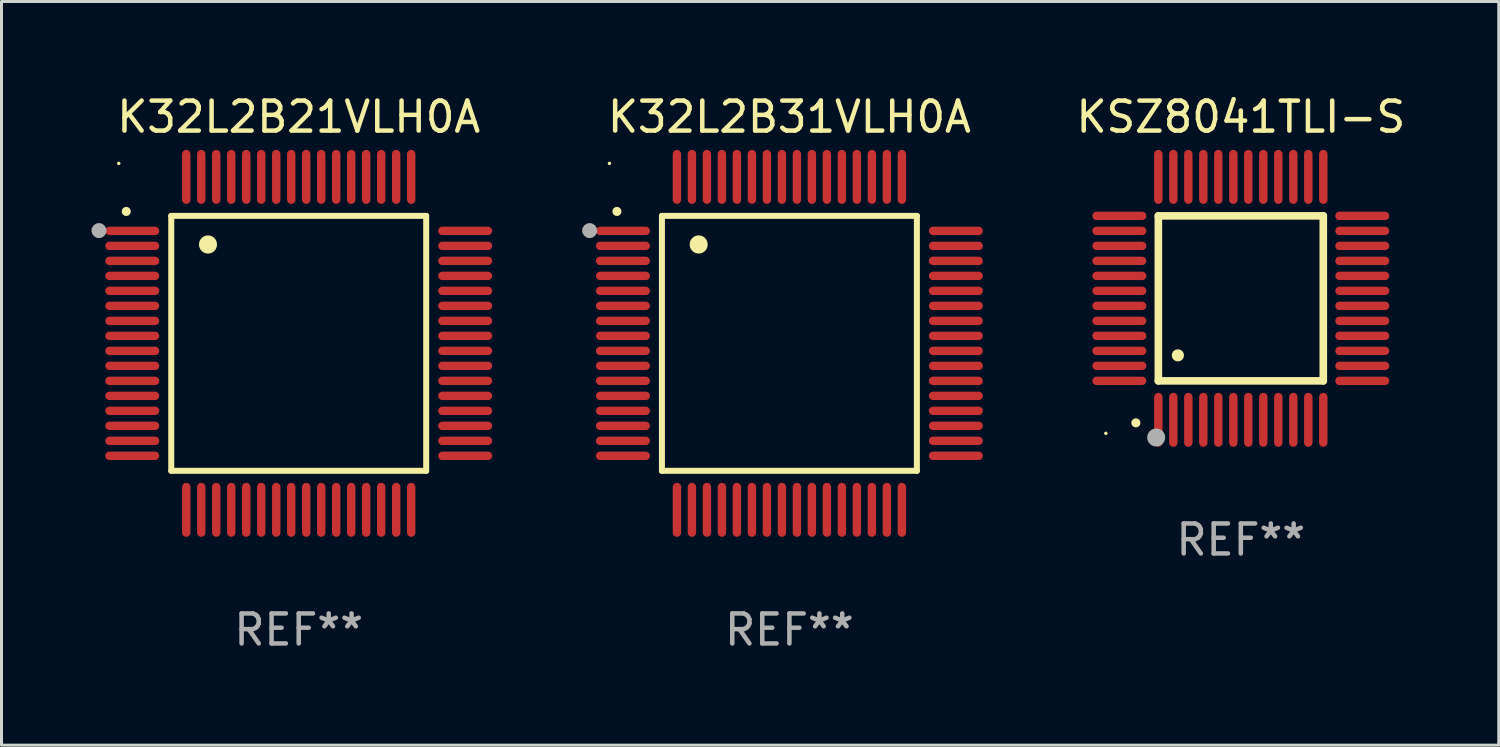
<source format=kicad_pcb>
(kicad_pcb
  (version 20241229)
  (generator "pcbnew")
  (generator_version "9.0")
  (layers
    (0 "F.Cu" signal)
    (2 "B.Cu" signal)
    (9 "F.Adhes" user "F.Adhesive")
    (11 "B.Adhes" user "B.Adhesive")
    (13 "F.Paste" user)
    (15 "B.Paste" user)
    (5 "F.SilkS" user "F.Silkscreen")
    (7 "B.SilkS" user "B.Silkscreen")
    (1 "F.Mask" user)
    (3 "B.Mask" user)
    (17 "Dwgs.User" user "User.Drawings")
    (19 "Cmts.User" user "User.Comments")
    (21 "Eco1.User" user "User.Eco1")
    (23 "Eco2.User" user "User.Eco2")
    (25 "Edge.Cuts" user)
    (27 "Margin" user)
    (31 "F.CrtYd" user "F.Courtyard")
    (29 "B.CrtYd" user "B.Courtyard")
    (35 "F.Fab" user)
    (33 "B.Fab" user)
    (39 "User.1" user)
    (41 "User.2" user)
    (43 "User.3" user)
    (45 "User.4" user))
  (footprint "K32L2B21VLH0A"
    (layer "F.Cu")
    (at 6.91 8.398)
    (property "Reference" "K32L2B21VLH0A" (at 0 -7.55 0) (layer "F.SilkS") (effects (font (size 1 1) (thickness 0.15))))
    (attr through_hole)
    (fp_line (start -4.25 -4.25) (end -4.25 4.25) (stroke (width 0.2) (type solid)) (layer "F.SilkS"))
    (fp_line (start -4.25 4.25) (end 4.25 4.25) (stroke (width 0.2) (type solid)) (layer "F.SilkS"))
    (fp_line (start 4.25 -4.25) (end -4.25 -4.25) (stroke (width 0.2) (type solid)) (layer "F.SilkS"))
    (fp_line (start 4.25 4.25) (end 4.25 -4.25) (stroke (width 0.2) (type solid)) (layer "F.SilkS"))
    (fp_arc (start -5.750572 -4.396749) (mid -5.750577 -4.398019) (end -5.750572 -4.399289) (stroke (width 0.3) (type solid)) (layer "F.SilkS"))
    (fp_arc (start -3.025146 -3.294387) (mid -3.025157 -3.296927) (end -3.025146 -3.299467) (stroke (width 0.6) (type solid)) (layer "F.SilkS"))
    (fp_circle (center -6 -6) (end -5.97 -6) (stroke (width 0.06) (type solid)) (fill no) (layer "F.SilkS"))
    (fp_circle (center -6.66 -3.76) (end -6.535 -3.76) (stroke (width 0.25) (type solid)) (fill no) (layer "F.Fab"))
    (fp_text user "REF**" (at 0 9.55 0) (layer "F.Fab") (effects (font (size 1 1) (thickness 0.15))))
    (pad "1" smd oval (at -5.55 -3.75) (size 1.8 0.28) (layers "F.Cu" "F.Mask" "F.Paste"))
    (pad "2" smd oval (at -5.55 -3.25) (size 1.8 0.28) (layers "F.Cu" "F.Mask" "F.Paste"))
    (pad "3" smd oval (at -5.55 -2.75) (size 1.8 0.28) (layers "F.Cu" "F.Mask" "F.Paste"))
    (pad "4" smd oval (at -5.55 -2.25) (size 1.8 0.28) (layers "F.Cu" "F.Mask" "F.Paste"))
    (pad "5" smd oval (at -5.55 -1.75) (size 1.8 0.28) (layers "F.Cu" "F.Mask" "F.Paste"))
    (pad "6" smd oval (at -5.55 -1.25) (size 1.8 0.28) (layers "F.Cu" "F.Mask" "F.Paste"))
    (pad "7" smd oval (at -5.55 -0.75) (size 1.8 0.28) (layers "F.Cu" "F.Mask" "F.Paste"))
    (pad "8" smd oval (at -5.55 -0.25) (size 1.8 0.28) (layers "F.Cu" "F.Mask" "F.Paste"))
    (pad "9" smd oval (at -5.55 0.25) (size 1.8 0.28) (layers "F.Cu" "F.Mask" "F.Paste"))
    (pad "10" smd oval (at -5.55 0.75) (size 1.8 0.28) (layers "F.Cu" "F.Mask" "F.Paste"))
    (pad "11" smd oval (at -5.55 1.25) (size 1.8 0.28) (layers "F.Cu" "F.Mask" "F.Paste"))
    (pad "12" smd oval (at -5.55 1.75) (size 1.8 0.28) (layers "F.Cu" "F.Mask" "F.Paste"))
    (pad "13" smd oval (at -5.55 2.25) (size 1.8 0.28) (layers "F.Cu" "F.Mask" "F.Paste"))
    (pad "14" smd oval (at -5.55 2.75) (size 1.8 0.28) (layers "F.Cu" "F.Mask" "F.Paste"))
    (pad "15" smd oval (at -5.55 3.25) (size 1.8 0.28) (layers "F.Cu" "F.Mask" "F.Paste"))
    (pad "16" smd oval (at -5.55 3.75) (size 1.8 0.28) (layers "F.Cu" "F.Mask" "F.Paste"))
    (pad "17" smd oval (at -3.75 5.55) (size 0.28 1.8) (layers "F.Cu" "F.Mask" "F.Paste"))
    (pad "18" smd oval (at -3.25 5.55) (size 0.28 1.8) (layers "F.Cu" "F.Mask" "F.Paste"))
    (pad "19" smd oval (at -2.75 5.55) (size 0.28 1.8) (layers "F.Cu" "F.Mask" "F.Paste"))
    (pad "20" smd oval (at -2.25 5.55) (size 0.28 1.8) (layers "F.Cu" "F.Mask" "F.Paste"))
    (pad "21" smd oval (at -1.75 5.55) (size 0.28 1.8) (layers "F.Cu" "F.Mask" "F.Paste"))
    (pad "22" smd oval (at -1.25 5.55) (size 0.28 1.8) (layers "F.Cu" "F.Mask" "F.Paste"))
    (pad "23" smd oval (at -0.75 5.55) (size 0.28 1.8) (layers "F.Cu" "F.Mask" "F.Paste"))
    (pad "24" smd oval (at -0.25 5.55) (size 0.28 1.8) (layers "F.Cu" "F.Mask" "F.Paste"))
    (pad "25" smd oval (at 0.25 5.55) (size 0.28 1.8) (layers "F.Cu" "F.Mask" "F.Paste"))
    (pad "26" smd oval (at 0.75 5.55) (size 0.28 1.8) (layers "F.Cu" "F.Mask" "F.Paste"))
    (pad "27" smd oval (at 1.25 5.55) (size 0.28 1.8) (layers "F.Cu" "F.Mask" "F.Paste"))
    (pad "28" smd oval (at 1.75 5.55) (size 0.28 1.8) (layers "F.Cu" "F.Mask" "F.Paste"))
    (pad "29" smd oval (at 2.25 5.55) (size 0.28 1.8) (layers "F.Cu" "F.Mask" "F.Paste"))
    (pad "30" smd oval (at 2.75 5.55) (size 0.28 1.8) (layers "F.Cu" "F.Mask" "F.Paste"))
    (pad "31" smd oval (at 3.25 5.55) (size 0.28 1.8) (layers "F.Cu" "F.Mask" "F.Paste"))
    (pad "32" smd oval (at 3.75 5.55) (size 0.28 1.8) (layers "F.Cu" "F.Mask" "F.Paste"))
    (pad "33" smd oval (at 5.55 3.75) (size 1.8 0.28) (layers "F.Cu" "F.Mask" "F.Paste"))
    (pad "34" smd oval (at 5.55 3.25) (size 1.8 0.28) (layers "F.Cu" "F.Mask" "F.Paste"))
    (pad "35" smd oval (at 5.55 2.75) (size 1.8 0.28) (layers "F.Cu" "F.Mask" "F.Paste"))
    (pad "36" smd oval (at 5.55 2.25) (size 1.8 0.28) (layers "F.Cu" "F.Mask" "F.Paste"))
    (pad "37" smd oval (at 5.55 1.75) (size 1.8 0.28) (layers "F.Cu" "F.Mask" "F.Paste"))
    (pad "38" smd oval (at 5.55 1.25) (size 1.8 0.28) (layers "F.Cu" "F.Mask" "F.Paste"))
    (pad "39" smd oval (at 5.55 0.75) (size 1.8 0.28) (layers "F.Cu" "F.Mask" "F.Paste"))
    (pad "40" smd oval (at 5.55 0.25) (size 1.8 0.28) (layers "F.Cu" "F.Mask" "F.Paste"))
    (pad "41" smd oval (at 5.55 -0.25) (size 1.8 0.28) (layers "F.Cu" "F.Mask" "F.Paste"))
    (pad "42" smd oval (at 5.55 -0.75) (size 1.8 0.28) (layers "F.Cu" "F.Mask" "F.Paste"))
    (pad "43" smd oval (at 5.55 -1.25) (size 1.8 0.28) (layers "F.Cu" "F.Mask" "F.Paste"))
    (pad "44" smd oval (at 5.55 -1.75) (size 1.8 0.28) (layers "F.Cu" "F.Mask" "F.Paste"))
    (pad "45" smd oval (at 5.55 -2.25) (size 1.8 0.28) (layers "F.Cu" "F.Mask" "F.Paste"))
    (pad "46" smd oval (at 5.55 -2.75) (size 1.8 0.28) (layers "F.Cu" "F.Mask" "F.Paste"))
    (pad "47" smd oval (at 5.55 -3.25) (size 1.8 0.28) (layers "F.Cu" "F.Mask" "F.Paste"))
    (pad "48" smd oval (at 5.55 -3.75) (size 1.8 0.28) (layers "F.Cu" "F.Mask" "F.Paste"))
    (pad "49" smd oval (at 3.75 -5.55) (size 0.28 1.8) (layers "F.Cu" "F.Mask" "F.Paste"))
    (pad "50" smd oval (at 3.25 -5.55) (size 0.28 1.8) (layers "F.Cu" "F.Mask" "F.Paste"))
    (pad "51" smd oval (at 2.75 -5.55) (size 0.28 1.8) (layers "F.Cu" "F.Mask" "F.Paste"))
    (pad "52" smd oval (at 2.25 -5.55) (size 0.28 1.8) (layers "F.Cu" "F.Mask" "F.Paste"))
    (pad "53" smd oval (at 1.75 -5.55) (size 0.28 1.8) (layers "F.Cu" "F.Mask" "F.Paste"))
    (pad "54" smd oval (at 1.25 -5.55) (size 0.28 1.8) (layers "F.Cu" "F.Mask" "F.Paste"))
    (pad "55" smd oval (at 0.75 -5.55) (size 0.28 1.8) (layers "F.Cu" "F.Mask" "F.Paste"))
    (pad "56" smd oval (at 0.25 -5.55) (size 0.28 1.8) (layers "F.Cu" "F.Mask" "F.Paste"))
    (pad "57" smd oval (at -0.25 -5.55) (size 0.28 1.8) (layers "F.Cu" "F.Mask" "F.Paste"))
    (pad "58" smd oval (at -0.75 -5.55) (size 0.28 1.8) (layers "F.Cu" "F.Mask" "F.Paste"))
    (pad "59" smd oval (at -1.25 -5.55) (size 0.28 1.8) (layers "F.Cu" "F.Mask" "F.Paste"))
    (pad "60" smd oval (at -1.75 -5.55) (size 0.28 1.8) (layers "F.Cu" "F.Mask" "F.Paste"))
    (pad "61" smd oval (at -2.25 -5.55) (size 0.28 1.8) (layers "F.Cu" "F.Mask" "F.Paste"))
    (pad "62" smd oval (at -2.75 -5.55) (size 0.28 1.8) (layers "F.Cu" "F.Mask" "F.Paste"))
    (pad "63" smd oval (at -3.25 -5.55) (size 0.28 1.8) (layers "F.Cu" "F.Mask" "F.Paste"))
    (pad "64" smd oval (at -3.75 -5.55) (size 0.28 1.8) (layers "F.Cu" "F.Mask" "F.Paste")))
  (footprint "KSZ8041TLI-S"
    (layer "F.Cu")
    (at 38.321 6.898)
    (property "Reference" "KSZ8041TLI-S" (at 0 -6.05 0) (layer "F.SilkS") (effects (font (size 1 1) (thickness 0.15))))
    (attr through_hole)
    (fp_line (start -2.75 -2.75) (end 2.75 -2.75) (stroke (width 0.254) (type solid)) (layer "F.SilkS"))
    (fp_line (start -2.75 2.75) (end -2.75 -2.75) (stroke (width 0.254) (type solid)) (layer "F.SilkS"))
    (fp_line (start 2.75 -2.75) (end 2.75 2.75) (stroke (width 0.254) (type solid)) (layer "F.SilkS"))
    (fp_line (start 2.75 2.75) (end -2.75 2.75) (stroke (width 0.254) (type solid)) (layer "F.SilkS"))
    (fp_arc (start -3.500127 4.150368) (mid -3.498857 4.150363) (end -3.497587 4.150368) (stroke (width 0.3) (type solid)) (layer "F.SilkS"))
    (fp_arc (start -2.100584 1.899924) (mid -2.098044 1.899908) (end -2.095504 1.899924) (stroke (width 0.4) (type solid)) (layer "F.SilkS"))
    (fp_circle (center -4.5 4.5) (end -4.47 4.5) (stroke (width 0.06) (type solid)) (fill no) (layer "F.SilkS"))
    (fp_circle (center -2.822 4.638) (end -2.672 4.638) (stroke (width 0.3) (type solid)) (fill no) (layer "F.Fab"))
    (fp_text user "REF**" (at 0 8.05 0) (layer "F.Fab") (effects (font (size 1 1) (thickness 0.15))))
    (pad "1" smd oval (at -2.75 4.05) (size 0.28 1.8) (layers "F.Cu" "F.Mask" "F.Paste"))
    (pad "2" smd oval (at -2.25 4.05) (size 0.28 1.8) (layers "F.Cu" "F.Mask" "F.Paste"))
    (pad "3" smd oval (at -1.75 4.05) (size 0.28 1.8) (layers "F.Cu" "F.Mask" "F.Paste"))
    (pad "4" smd oval (at -1.25 4.05) (size 0.28 1.8) (layers "F.Cu" "F.Mask" "F.Paste"))
    (pad "5" smd oval (at -0.75 4.05) (size 0.28 1.8) (layers "F.Cu" "F.Mask" "F.Paste"))
    (pad "6" smd oval (at -0.25 4.05) (size 0.28 1.8) (layers "F.Cu" "F.Mask" "F.Paste"))
    (pad "7" smd oval (at 0.25 4.05) (size 0.28 1.8) (layers "F.Cu" "F.Mask" "F.Paste"))
    (pad "8" smd oval (at 0.75 4.05) (size 0.28 1.8) (layers "F.Cu" "F.Mask" "F.Paste"))
    (pad "9" smd oval (at 1.25 4.05) (size 0.28 1.8) (layers "F.Cu" "F.Mask" "F.Paste"))
    (pad "10" smd oval (at 1.75 4.05) (size 0.28 1.8) (layers "F.Cu" "F.Mask" "F.Paste"))
    (pad "11" smd oval (at 2.25 4.05) (size 0.28 1.8) (layers "F.Cu" "F.Mask" "F.Paste"))
    (pad "12" smd oval (at 2.75 4.05) (size 0.28 1.8) (layers "F.Cu" "F.Mask" "F.Paste"))
    (pad "13" smd oval (at 4.05 2.75) (size 1.8 0.28) (layers "F.Cu" "F.Mask" "F.Paste"))
    (pad "14" smd oval (at 4.05 2.25) (size 1.8 0.28) (layers "F.Cu" "F.Mask" "F.Paste"))
    (pad "15" smd oval (at 4.05 1.75) (size 1.8 0.28) (layers "F.Cu" "F.Mask" "F.Paste"))
    (pad "16" smd oval (at 4.05 1.25) (size 1.8 0.28) (layers "F.Cu" "F.Mask" "F.Paste"))
    (pad "17" smd oval (at 4.05 0.75) (size 1.8 0.28) (layers "F.Cu" "F.Mask" "F.Paste"))
    (pad "18" smd oval (at 4.05 0.25) (size 1.8 0.28) (layers "F.Cu" "F.Mask" "F.Paste"))
    (pad "19" smd oval (at 4.05 -0.25) (size 1.8 0.28) (layers "F.Cu" "F.Mask" "F.Paste"))
    (pad "20" smd oval (at 4.05 -0.75) (size 1.8 0.28) (layers "F.Cu" "F.Mask" "F.Paste"))
    (pad "21" smd oval (at 4.05 -1.25) (size 1.8 0.28) (layers "F.Cu" "F.Mask" "F.Paste"))
    (pad "22" smd oval (at 4.05 -1.75) (size 1.8 0.28) (layers "F.Cu" "F.Mask" "F.Paste"))
    (pad "23" smd oval (at 4.05 -2.25) (size 1.8 0.28) (layers "F.Cu" "F.Mask" "F.Paste"))
    (pad "24" smd oval (at 4.05 -2.75) (size 1.8 0.28) (layers "F.Cu" "F.Mask" "F.Paste"))
    (pad "25" smd oval (at 2.75 -4.05) (size 0.28 1.8) (layers "F.Cu" "F.Mask" "F.Paste"))
    (pad "26" smd oval (at 2.25 -4.05) (size 0.28 1.8) (layers "F.Cu" "F.Mask" "F.Paste"))
    (pad "27" smd oval (at 1.75 -4.05) (size 0.28 1.8) (layers "F.Cu" "F.Mask" "F.Paste"))
    (pad "28" smd oval (at 1.25 -4.05) (size 0.28 1.8) (layers "F.Cu" "F.Mask" "F.Paste"))
    (pad "29" smd oval (at 0.75 -4.05) (size 0.28 1.8) (layers "F.Cu" "F.Mask" "F.Paste"))
    (pad "30" smd oval (at 0.25 -4.05) (size 0.28 1.8) (layers "F.Cu" "F.Mask" "F.Paste"))
    (pad "31" smd oval (at -0.25 -4.05) (size 0.28 1.8) (layers "F.Cu" "F.Mask" "F.Paste"))
    (pad "32" smd oval (at -0.75 -4.05) (size 0.28 1.8) (layers "F.Cu" "F.Mask" "F.Paste"))
    (pad "33" smd oval (at -1.25 -4.05) (size 0.28 1.8) (layers "F.Cu" "F.Mask" "F.Paste"))
    (pad "34" smd oval (at -1.75 -4.05) (size 0.28 1.8) (layers "F.Cu" "F.Mask" "F.Paste"))
    (pad "35" smd oval (at -2.25 -4.05) (size 0.28 1.8) (layers "F.Cu" "F.Mask" "F.Paste"))
    (pad "36" smd oval (at -2.75 -4.05) (size 0.28 1.8) (layers "F.Cu" "F.Mask" "F.Paste"))
    (pad "37" smd oval (at -4.05 -2.75) (size 1.8 0.28) (layers "F.Cu" "F.Mask" "F.Paste"))
    (pad "38" smd oval (at -4.05 -2.25) (size 1.8 0.28) (layers "F.Cu" "F.Mask" "F.Paste"))
    (pad "39" smd oval (at -4.05 -1.75) (size 1.8 0.28) (layers "F.Cu" "F.Mask" "F.Paste"))
    (pad "40" smd oval (at -4.05 -1.25) (size 1.8 0.28) (layers "F.Cu" "F.Mask" "F.Paste"))
    (pad "41" smd oval (at -4.05 -0.75) (size 1.8 0.28) (layers "F.Cu" "F.Mask" "F.Paste"))
    (pad "42" smd oval (at -4.05 -0.25) (size 1.8 0.28) (layers "F.Cu" "F.Mask" "F.Paste"))
    (pad "43" smd oval (at -4.05 0.25) (size 1.8 0.28) (layers "F.Cu" "F.Mask" "F.Paste"))
    (pad "44" smd oval (at -4.05 0.75) (size 1.8 0.28) (layers "F.Cu" "F.Mask" "F.Paste"))
    (pad "45" smd oval (at -4.05 1.25) (size 1.8 0.28) (layers "F.Cu" "F.Mask" "F.Paste"))
    (pad "46" smd oval (at -4.05 1.75) (size 1.8 0.28) (layers "F.Cu" "F.Mask" "F.Paste"))
    (pad "47" smd oval (at -4.05 2.25) (size 1.8 0.28) (layers "F.Cu" "F.Mask" "F.Paste"))
    (pad "48" smd oval (at -4.05 2.75) (size 1.8 0.28) (layers "F.Cu" "F.Mask" "F.Paste")))
  (footprint "K32L2B31VLH0A"
    (layer "F.Cu")
    (at 23.27 8.398)
    (property "Reference" "K32L2B31VLH0A" (at 0 -7.55 0) (layer "F.SilkS") (effects (font (size 1 1) (thickness 0.15))))
    (attr through_hole)
    (fp_line (start -4.25 -4.25) (end -4.25 4.25) (stroke (width 0.2) (type solid)) (layer "F.SilkS"))
    (fp_line (start -4.25 4.25) (end 4.25 4.25) (stroke (width 0.2) (type solid)) (layer "F.SilkS"))
    (fp_line (start 4.25 -4.25) (end -4.25 -4.25) (stroke (width 0.2) (type solid)) (layer "F.SilkS"))
    (fp_line (start 4.25 4.25) (end 4.25 -4.25) (stroke (width 0.2) (type solid)) (layer "F.SilkS"))
    (fp_arc (start -5.750572 -4.396749) (mid -5.750577 -4.398019) (end -5.750572 -4.399289) (stroke (width 0.3) (type solid)) (layer "F.SilkS"))
    (fp_arc (start -3.025146 -3.294387) (mid -3.025157 -3.296927) (end -3.025146 -3.299467) (stroke (width 0.6) (type solid)) (layer "F.SilkS"))
    (fp_circle (center -6 -6) (end -5.97 -6) (stroke (width 0.06) (type solid)) (fill no) (layer "F.SilkS"))
    (fp_circle (center -6.66 -3.76) (end -6.535 -3.76) (stroke (width 0.25) (type solid)) (fill no) (layer "F.Fab"))
    (fp_text user "REF**" (at 0 9.55 0) (layer "F.Fab") (effects (font (size 1 1) (thickness 0.15))))
    (pad "1" smd oval (at -5.55 -3.75) (size 1.8 0.28) (layers "F.Cu" "F.Mask" "F.Paste"))
    (pad "2" smd oval (at -5.55 -3.25) (size 1.8 0.28) (layers "F.Cu" "F.Mask" "F.Paste"))
    (pad "3" smd oval (at -5.55 -2.75) (size 1.8 0.28) (layers "F.Cu" "F.Mask" "F.Paste"))
    (pad "4" smd oval (at -5.55 -2.25) (size 1.8 0.28) (layers "F.Cu" "F.Mask" "F.Paste"))
    (pad "5" smd oval (at -5.55 -1.75) (size 1.8 0.28) (layers "F.Cu" "F.Mask" "F.Paste"))
    (pad "6" smd oval (at -5.55 -1.25) (size 1.8 0.28) (layers "F.Cu" "F.Mask" "F.Paste"))
    (pad "7" smd oval (at -5.55 -0.75) (size 1.8 0.28) (layers "F.Cu" "F.Mask" "F.Paste"))
    (pad "8" smd oval (at -5.55 -0.25) (size 1.8 0.28) (layers "F.Cu" "F.Mask" "F.Paste"))
    (pad "9" smd oval (at -5.55 0.25) (size 1.8 0.28) (layers "F.Cu" "F.Mask" "F.Paste"))
    (pad "10" smd oval (at -5.55 0.75) (size 1.8 0.28) (layers "F.Cu" "F.Mask" "F.Paste"))
    (pad "11" smd oval (at -5.55 1.25) (size 1.8 0.28) (layers "F.Cu" "F.Mask" "F.Paste"))
    (pad "12" smd oval (at -5.55 1.75) (size 1.8 0.28) (layers "F.Cu" "F.Mask" "F.Paste"))
    (pad "13" smd oval (at -5.55 2.25) (size 1.8 0.28) (layers "F.Cu" "F.Mask" "F.Paste"))
    (pad "14" smd oval (at -5.55 2.75) (size 1.8 0.28) (layers "F.Cu" "F.Mask" "F.Paste"))
    (pad "15" smd oval (at -5.55 3.25) (size 1.8 0.28) (layers "F.Cu" "F.Mask" "F.Paste"))
    (pad "16" smd oval (at -5.55 3.75) (size 1.8 0.28) (layers "F.Cu" "F.Mask" "F.Paste"))
    (pad "17" smd oval (at -3.75 5.55) (size 0.28 1.8) (layers "F.Cu" "F.Mask" "F.Paste"))
    (pad "18" smd oval (at -3.25 5.55) (size 0.28 1.8) (layers "F.Cu" "F.Mask" "F.Paste"))
    (pad "19" smd oval (at -2.75 5.55) (size 0.28 1.8) (layers "F.Cu" "F.Mask" "F.Paste"))
    (pad "20" smd oval (at -2.25 5.55) (size 0.28 1.8) (layers "F.Cu" "F.Mask" "F.Paste"))
    (pad "21" smd oval (at -1.75 5.55) (size 0.28 1.8) (layers "F.Cu" "F.Mask" "F.Paste"))
    (pad "22" smd oval (at -1.25 5.55) (size 0.28 1.8) (layers "F.Cu" "F.Mask" "F.Paste"))
    (pad "23" smd oval (at -0.75 5.55) (size 0.28 1.8) (layers "F.Cu" "F.Mask" "F.Paste"))
    (pad "24" smd oval (at -0.25 5.55) (size 0.28 1.8) (layers "F.Cu" "F.Mask" "F.Paste"))
    (pad "25" smd oval (at 0.25 5.55) (size 0.28 1.8) (layers "F.Cu" "F.Mask" "F.Paste"))
    (pad "26" smd oval (at 0.75 5.55) (size 0.28 1.8) (layers "F.Cu" "F.Mask" "F.Paste"))
    (pad "27" smd oval (at 1.25 5.55) (size 0.28 1.8) (layers "F.Cu" "F.Mask" "F.Paste"))
    (pad "28" smd oval (at 1.75 5.55) (size 0.28 1.8) (layers "F.Cu" "F.Mask" "F.Paste"))
    (pad "29" smd oval (at 2.25 5.55) (size 0.28 1.8) (layers "F.Cu" "F.Mask" "F.Paste"))
    (pad "30" smd oval (at 2.75 5.55) (size 0.28 1.8) (layers "F.Cu" "F.Mask" "F.Paste"))
    (pad "31" smd oval (at 3.25 5.55) (size 0.28 1.8) (layers "F.Cu" "F.Mask" "F.Paste"))
    (pad "32" smd oval (at 3.75 5.55) (size 0.28 1.8) (layers "F.Cu" "F.Mask" "F.Paste"))
    (pad "33" smd oval (at 5.55 3.75) (size 1.8 0.28) (layers "F.Cu" "F.Mask" "F.Paste"))
    (pad "34" smd oval (at 5.55 3.25) (size 1.8 0.28) (layers "F.Cu" "F.Mask" "F.Paste"))
    (pad "35" smd oval (at 5.55 2.75) (size 1.8 0.28) (layers "F.Cu" "F.Mask" "F.Paste"))
    (pad "36" smd oval (at 5.55 2.25) (size 1.8 0.28) (layers "F.Cu" "F.Mask" "F.Paste"))
    (pad "37" smd oval (at 5.55 1.75) (size 1.8 0.28) (layers "F.Cu" "F.Mask" "F.Paste"))
    (pad "38" smd oval (at 5.55 1.25) (size 1.8 0.28) (layers "F.Cu" "F.Mask" "F.Paste"))
    (pad "39" smd oval (at 5.55 0.75) (size 1.8 0.28) (layers "F.Cu" "F.Mask" "F.Paste"))
    (pad "40" smd oval (at 5.55 0.25) (size 1.8 0.28) (layers "F.Cu" "F.Mask" "F.Paste"))
    (pad "41" smd oval (at 5.55 -0.25) (size 1.8 0.28) (layers "F.Cu" "F.Mask" "F.Paste"))
    (pad "42" smd oval (at 5.55 -0.75) (size 1.8 0.28) (layers "F.Cu" "F.Mask" "F.Paste"))
    (pad "43" smd oval (at 5.55 -1.25) (size 1.8 0.28) (layers "F.Cu" "F.Mask" "F.Paste"))
    (pad "44" smd oval (at 5.55 -1.75) (size 1.8 0.28) (layers "F.Cu" "F.Mask" "F.Paste"))
    (pad "45" smd oval (at 5.55 -2.25) (size 1.8 0.28) (layers "F.Cu" "F.Mask" "F.Paste"))
    (pad "46" smd oval (at 5.55 -2.75) (size 1.8 0.28) (layers "F.Cu" "F.Mask" "F.Paste"))
    (pad "47" smd oval (at 5.55 -3.25) (size 1.8 0.28) (layers "F.Cu" "F.Mask" "F.Paste"))
    (pad "48" smd oval (at 5.55 -3.75) (size 1.8 0.28) (layers "F.Cu" "F.Mask" "F.Paste"))
    (pad "49" smd oval (at 3.75 -5.55) (size 0.28 1.8) (layers "F.Cu" "F.Mask" "F.Paste"))
    (pad "50" smd oval (at 3.25 -5.55) (size 0.28 1.8) (layers "F.Cu" "F.Mask" "F.Paste"))
    (pad "51" smd oval (at 2.75 -5.55) (size 0.28 1.8) (layers "F.Cu" "F.Mask" "F.Paste"))
    (pad "52" smd oval (at 2.25 -5.55) (size 0.28 1.8) (layers "F.Cu" "F.Mask" "F.Paste"))
    (pad "53" smd oval (at 1.75 -5.55) (size 0.28 1.8) (layers "F.Cu" "F.Mask" "F.Paste"))
    (pad "54" smd oval (at 1.25 -5.55) (size 0.28 1.8) (layers "F.Cu" "F.Mask" "F.Paste"))
    (pad "55" smd oval (at 0.75 -5.55) (size 0.28 1.8) (layers "F.Cu" "F.Mask" "F.Paste"))
    (pad "56" smd oval (at 0.25 -5.55) (size 0.28 1.8) (layers "F.Cu" "F.Mask" "F.Paste"))
    (pad "57" smd oval (at -0.25 -5.55) (size 0.28 1.8) (layers "F.Cu" "F.Mask" "F.Paste"))
    (pad "58" smd oval (at -0.75 -5.55) (size 0.28 1.8) (layers "F.Cu" "F.Mask" "F.Paste"))
    (pad "59" smd oval (at -1.25 -5.55) (size 0.28 1.8) (layers "F.Cu" "F.Mask" "F.Paste"))
    (pad "60" smd oval (at -1.75 -5.55) (size 0.28 1.8) (layers "F.Cu" "F.Mask" "F.Paste"))
    (pad "61" smd oval (at -2.25 -5.55) (size 0.28 1.8) (layers "F.Cu" "F.Mask" "F.Paste"))
    (pad "62" smd oval (at -2.75 -5.55) (size 0.28 1.8) (layers "F.Cu" "F.Mask" "F.Paste"))
    (pad "63" smd oval (at -3.25 -5.55) (size 0.28 1.8) (layers "F.Cu" "F.Mask" "F.Paste"))
    (pad "64" smd oval (at -3.75 -5.55) (size 0.28 1.8) (layers "F.Cu" "F.Mask" "F.Paste")))
  (gr_rect
    (start -3 -3)
    (end 46.922 21.796)
    (stroke (width 0.1) (type default))
    (fill no)
    (layer "Edge.Cuts")))
</source>
